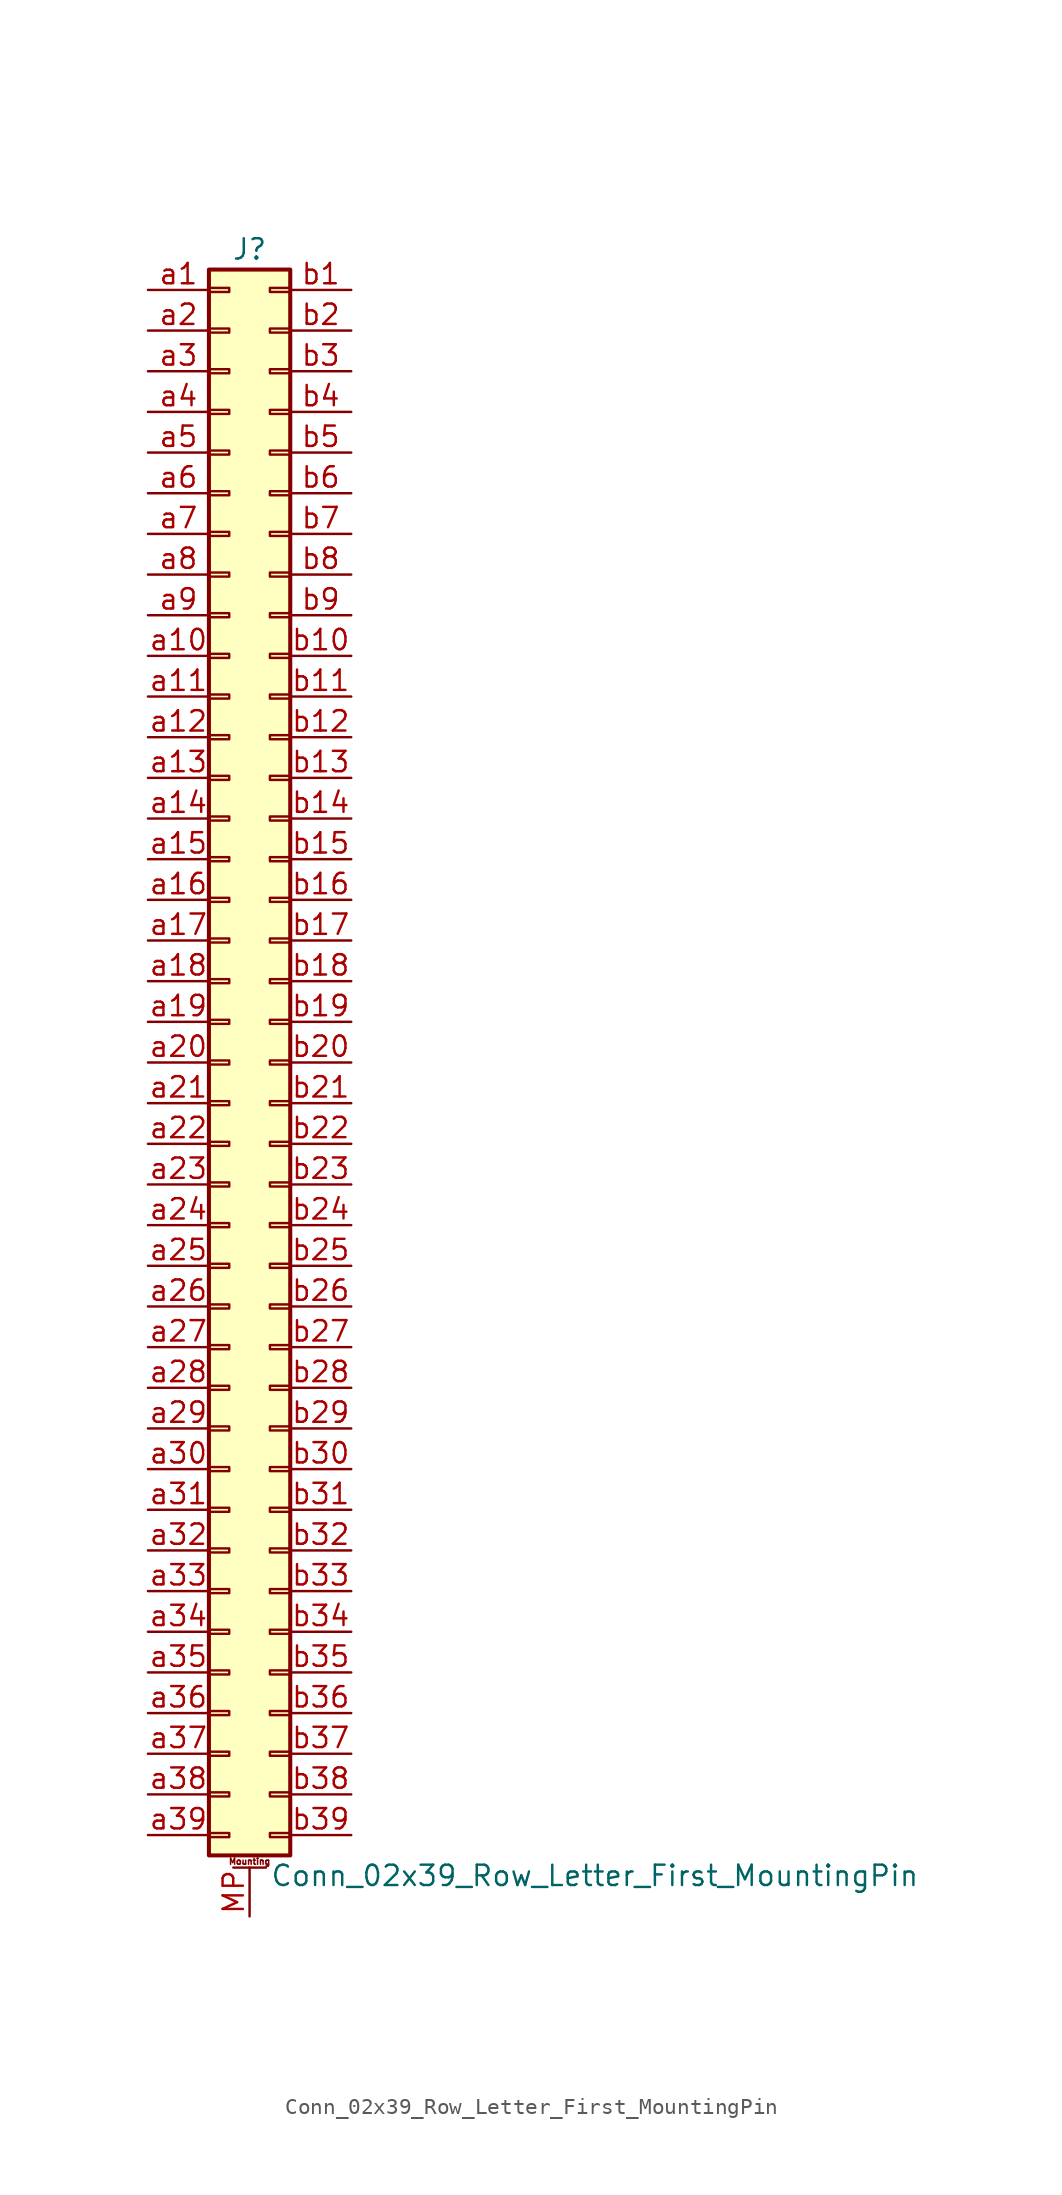
<source format=kicad_sym>
(kicad_symbol_lib
  (version 20220914)
  (generator kicad_symbol_editor)
  (symbol "Conn_02x39_Row_Letter_First_MountingPin"
    (pin_names
      (offset 1.016) hide)
    (property "Reference" "J"
      (at 1.27 50.8 0)
      (effects (font (size 1.27 1.27))))
    (property "Value" "Conn_02x39_Row_Letter_First_MountingPin"
      (at 2.54 -50.8 0)
      (effects (font (size 1.27 1.27)) (justify left)))
    (symbol "Conn_02x39_Row_Letter_First_MountingPin_1_1"
      (rectangle (start -1.27 -48.133) (end 0 -48.387) (stroke (width 0.152) (type default)) (fill (type none)))
      (rectangle (start -1.27 -45.593) (end 0 -45.847) (stroke (width 0.152) (type default)) (fill (type none)))
      (rectangle (start -1.27 -43.053) (end 0 -43.307) (stroke (width 0.152) (type default)) (fill (type none)))
      (rectangle (start -1.27 -40.513) (end 0 -40.767) (stroke (width 0.152) (type default)) (fill (type none)))
      (rectangle (start -1.27 -37.973) (end 0 -38.227) (stroke (width 0.152) (type default)) (fill (type none)))
      (rectangle (start -1.27 -35.433) (end 0 -35.687) (stroke (width 0.152) (type default)) (fill (type none)))
      (rectangle (start -1.27 -32.893) (end 0 -33.147) (stroke (width 0.152) (type default)) (fill (type none)))
      (rectangle (start -1.27 -30.353) (end 0 -30.607) (stroke (width 0.152) (type default)) (fill (type none)))
      (rectangle (start -1.27 -27.813) (end 0 -28.067) (stroke (width 0.152) (type default)) (fill (type none)))
      (rectangle (start -1.27 -25.273) (end 0 -25.527) (stroke (width 0.152) (type default)) (fill (type none)))
      (rectangle (start -1.27 -22.733) (end 0 -22.987) (stroke (width 0.152) (type default)) (fill (type none)))
      (rectangle (start -1.27 -20.193) (end 0 -20.447) (stroke (width 0.152) (type default)) (fill (type none)))
      (rectangle (start -1.27 -17.653) (end 0 -17.907) (stroke (width 0.152) (type default)) (fill (type none)))
      (rectangle (start -1.27 -15.113) (end 0 -15.367) (stroke (width 0.152) (type default)) (fill (type none)))
      (rectangle (start -1.27 -12.573) (end 0 -12.827) (stroke (width 0.152) (type default)) (fill (type none)))
      (rectangle (start -1.27 -10.033) (end 0 -10.287) (stroke (width 0.152) (type default)) (fill (type none)))
      (rectangle (start -1.27 -7.493) (end 0 -7.747) (stroke (width 0.152) (type default)) (fill (type none)))
      (rectangle (start -1.27 -4.953) (end 0 -5.207) (stroke (width 0.152) (type default)) (fill (type none)))
      (rectangle (start -1.27 -2.413) (end 0 -2.667) (stroke (width 0.152) (type default)) (fill (type none)))
      (rectangle (start -1.27 0.127) (end 0 -0.127) (stroke (width 0.152) (type default)) (fill (type none)))
      (rectangle (start -1.27 2.667) (end 0 2.413) (stroke (width 0.152) (type default)) (fill (type none)))
      (rectangle (start -1.27 5.207) (end 0 4.953) (stroke (width 0.152) (type default)) (fill (type none)))
      (rectangle (start -1.27 7.747) (end 0 7.493) (stroke (width 0.152) (type default)) (fill (type none)))
      (rectangle (start -1.27 10.287) (end 0 10.033) (stroke (width 0.152) (type default)) (fill (type none)))
      (rectangle (start -1.27 12.827) (end 0 12.573) (stroke (width 0.152) (type default)) (fill (type none)))
      (rectangle (start -1.27 15.367) (end 0 15.113) (stroke (width 0.152) (type default)) (fill (type none)))
      (rectangle (start -1.27 17.907) (end 0 17.653) (stroke (width 0.152) (type default)) (fill (type none)))
      (rectangle (start -1.27 20.447) (end 0 20.193) (stroke (width 0.152) (type default)) (fill (type none)))
      (rectangle (start -1.27 22.987) (end 0 22.733) (stroke (width 0.152) (type default)) (fill (type none)))
      (rectangle (start -1.27 25.527) (end 0 25.273) (stroke (width 0.152) (type default)) (fill (type none)))
      (rectangle (start -1.27 28.067) (end 0 27.813) (stroke (width 0.152) (type default)) (fill (type none)))
      (rectangle (start -1.27 30.607) (end 0 30.353) (stroke (width 0.152) (type default)) (fill (type none)))
      (rectangle (start -1.27 33.147) (end 0 32.893) (stroke (width 0.152) (type default)) (fill (type none)))
      (rectangle (start -1.27 35.687) (end 0 35.433) (stroke (width 0.152) (type default)) (fill (type none)))
      (rectangle (start -1.27 38.227) (end 0 37.973) (stroke (width 0.152) (type default)) (fill (type none)))
      (rectangle (start -1.27 40.767) (end 0 40.513) (stroke (width 0.152) (type default)) (fill (type none)))
      (rectangle (start -1.27 43.307) (end 0 43.053) (stroke (width 0.152) (type default)) (fill (type none)))
      (rectangle (start -1.27 45.847) (end 0 45.593) (stroke (width 0.152) (type default)) (fill (type none)))
      (rectangle (start -1.27 48.387) (end 0 48.133) (stroke (width 0.152) (type default)) (fill (type none)))
      (rectangle (start -1.27 49.53) (end 3.81 -49.53) (stroke (width 0.254) (type default)) (fill (type background)))
      (polyline (pts (xy 0.254 -50.292) (xy 2.286 -50.292)) (stroke (width 0.152) (type default)) (fill (type none)))
      (rectangle (start 3.81 -48.133) (end 2.54 -48.387) (stroke (width 0.152) (type default)) (fill (type none)))
      (rectangle (start 3.81 -45.593) (end 2.54 -45.847) (stroke (width 0.152) (type default)) (fill (type none)))
      (rectangle (start 3.81 -43.053) (end 2.54 -43.307) (stroke (width 0.152) (type default)) (fill (type none)))
      (rectangle (start 3.81 -40.513) (end 2.54 -40.767) (stroke (width 0.152) (type default)) (fill (type none)))
      (rectangle (start 3.81 -37.973) (end 2.54 -38.227) (stroke (width 0.152) (type default)) (fill (type none)))
      (rectangle (start 3.81 -35.433) (end 2.54 -35.687) (stroke (width 0.152) (type default)) (fill (type none)))
      (rectangle (start 3.81 -32.893) (end 2.54 -33.147) (stroke (width 0.152) (type default)) (fill (type none)))
      (rectangle (start 3.81 -30.353) (end 2.54 -30.607) (stroke (width 0.152) (type default)) (fill (type none)))
      (rectangle (start 3.81 -27.813) (end 2.54 -28.067) (stroke (width 0.152) (type default)) (fill (type none)))
      (rectangle (start 3.81 -25.273) (end 2.54 -25.527) (stroke (width 0.152) (type default)) (fill (type none)))
      (rectangle (start 3.81 -22.733) (end 2.54 -22.987) (stroke (width 0.152) (type default)) (fill (type none)))
      (rectangle (start 3.81 -20.193) (end 2.54 -20.447) (stroke (width 0.152) (type default)) (fill (type none)))
      (rectangle (start 3.81 -17.653) (end 2.54 -17.907) (stroke (width 0.152) (type default)) (fill (type none)))
      (rectangle (start 3.81 -15.113) (end 2.54 -15.367) (stroke (width 0.152) (type default)) (fill (type none)))
      (rectangle (start 3.81 -12.573) (end 2.54 -12.827) (stroke (width 0.152) (type default)) (fill (type none)))
      (rectangle (start 3.81 -10.033) (end 2.54 -10.287) (stroke (width 0.152) (type default)) (fill (type none)))
      (rectangle (start 3.81 -7.493) (end 2.54 -7.747) (stroke (width 0.152) (type default)) (fill (type none)))
      (rectangle (start 3.81 -4.953) (end 2.54 -5.207) (stroke (width 0.152) (type default)) (fill (type none)))
      (rectangle (start 3.81 -2.413) (end 2.54 -2.667) (stroke (width 0.152) (type default)) (fill (type none)))
      (rectangle (start 3.81 0.127) (end 2.54 -0.127) (stroke (width 0.152) (type default)) (fill (type none)))
      (rectangle (start 3.81 2.667) (end 2.54 2.413) (stroke (width 0.152) (type default)) (fill (type none)))
      (rectangle (start 3.81 5.207) (end 2.54 4.953) (stroke (width 0.152) (type default)) (fill (type none)))
      (rectangle (start 3.81 7.747) (end 2.54 7.493) (stroke (width 0.152) (type default)) (fill (type none)))
      (rectangle (start 3.81 10.287) (end 2.54 10.033) (stroke (width 0.152) (type default)) (fill (type none)))
      (rectangle (start 3.81 12.827) (end 2.54 12.573) (stroke (width 0.152) (type default)) (fill (type none)))
      (rectangle (start 3.81 15.367) (end 2.54 15.113) (stroke (width 0.152) (type default)) (fill (type none)))
      (rectangle (start 3.81 17.907) (end 2.54 17.653) (stroke (width 0.152) (type default)) (fill (type none)))
      (rectangle (start 3.81 20.447) (end 2.54 20.193) (stroke (width 0.152) (type default)) (fill (type none)))
      (rectangle (start 3.81 22.987) (end 2.54 22.733) (stroke (width 0.152) (type default)) (fill (type none)))
      (rectangle (start 3.81 25.527) (end 2.54 25.273) (stroke (width 0.152) (type default)) (fill (type none)))
      (rectangle (start 3.81 28.067) (end 2.54 27.813) (stroke (width 0.152) (type default)) (fill (type none)))
      (rectangle (start 3.81 30.607) (end 2.54 30.353) (stroke (width 0.152) (type default)) (fill (type none)))
      (rectangle (start 3.81 33.147) (end 2.54 32.893) (stroke (width 0.152) (type default)) (fill (type none)))
      (rectangle (start 3.81 35.687) (end 2.54 35.433) (stroke (width 0.152) (type default)) (fill (type none)))
      (rectangle (start 3.81 38.227) (end 2.54 37.973) (stroke (width 0.152) (type default)) (fill (type none)))
      (rectangle (start 3.81 40.767) (end 2.54 40.513) (stroke (width 0.152) (type default)) (fill (type none)))
      (rectangle (start 3.81 43.307) (end 2.54 43.053) (stroke (width 0.152) (type default)) (fill (type none)))
      (rectangle (start 3.81 45.847) (end 2.54 45.593) (stroke (width 0.152) (type default)) (fill (type none)))
      (rectangle (start 3.81 48.387) (end 2.54 48.133) (stroke (width 0.152) (type default)) (fill (type none)))
      (text "Mounting" (at 1.27 -49.911 0) (effects (font (size 0.381 0.381))))
      (pin passive line (at 1.27 -53.34 90) (length 3.048) (name "MountPin" (effects (font (size 1.27 1.27)))) (number "MP" (effects (font (size 1.27 1.27)))))
      (pin passive line (at -5.08 48.26 0) (length 3.81) (name "Pin_a1" (effects (font (size 1.27 1.27)))) (number "a1" (effects (font (size 1.27 1.27)))))
      (pin passive line (at -5.08 25.4 0) (length 3.81) (name "Pin_a10" (effects (font (size 1.27 1.27)))) (number "a10" (effects (font (size 1.27 1.27)))))
      (pin passive line (at -5.08 22.86 0) (length 3.81) (name "Pin_a11" (effects (font (size 1.27 1.27)))) (number "a11" (effects (font (size 1.27 1.27)))))
      (pin passive line (at -5.08 20.32 0) (length 3.81) (name "Pin_a12" (effects (font (size 1.27 1.27)))) (number "a12" (effects (font (size 1.27 1.27)))))
      (pin passive line (at -5.08 17.78 0) (length 3.81) (name "Pin_a13" (effects (font (size 1.27 1.27)))) (number "a13" (effects (font (size 1.27 1.27)))))
      (pin passive line (at -5.08 15.24 0) (length 3.81) (name "Pin_a14" (effects (font (size 1.27 1.27)))) (number "a14" (effects (font (size 1.27 1.27)))))
      (pin passive line (at -5.08 12.7 0) (length 3.81) (name "Pin_a15" (effects (font (size 1.27 1.27)))) (number "a15" (effects (font (size 1.27 1.27)))))
      (pin passive line (at -5.08 10.16 0) (length 3.81) (name "Pin_a16" (effects (font (size 1.27 1.27)))) (number "a16" (effects (font (size 1.27 1.27)))))
      (pin passive line (at -5.08 7.62 0) (length 3.81) (name "Pin_a17" (effects (font (size 1.27 1.27)))) (number "a17" (effects (font (size 1.27 1.27)))))
      (pin passive line (at -5.08 5.08 0) (length 3.81) (name "Pin_a18" (effects (font (size 1.27 1.27)))) (number "a18" (effects (font (size 1.27 1.27)))))
      (pin passive line (at -5.08 2.54 0) (length 3.81) (name "Pin_a19" (effects (font (size 1.27 1.27)))) (number "a19" (effects (font (size 1.27 1.27)))))
      (pin passive line (at -5.08 45.72 0) (length 3.81) (name "Pin_a2" (effects (font (size 1.27 1.27)))) (number "a2" (effects (font (size 1.27 1.27)))))
      (pin passive line (at -5.08 0 0) (length 3.81) (name "Pin_a20" (effects (font (size 1.27 1.27)))) (number "a20" (effects (font (size 1.27 1.27)))))
      (pin passive line (at -5.08 -2.54 0) (length 3.81) (name "Pin_a21" (effects (font (size 1.27 1.27)))) (number "a21" (effects (font (size 1.27 1.27)))))
      (pin passive line (at -5.08 -5.08 0) (length 3.81) (name "Pin_a22" (effects (font (size 1.27 1.27)))) (number "a22" (effects (font (size 1.27 1.27)))))
      (pin passive line (at -5.08 -7.62 0) (length 3.81) (name "Pin_a23" (effects (font (size 1.27 1.27)))) (number "a23" (effects (font (size 1.27 1.27)))))
      (pin passive line (at -5.08 -10.16 0) (length 3.81) (name "Pin_a24" (effects (font (size 1.27 1.27)))) (number "a24" (effects (font (size 1.27 1.27)))))
      (pin passive line (at -5.08 -12.7 0) (length 3.81) (name "Pin_a25" (effects (font (size 1.27 1.27)))) (number "a25" (effects (font (size 1.27 1.27)))))
      (pin passive line (at -5.08 -15.24 0) (length 3.81) (name "Pin_a26" (effects (font (size 1.27 1.27)))) (number "a26" (effects (font (size 1.27 1.27)))))
      (pin passive line (at -5.08 -17.78 0) (length 3.81) (name "Pin_a27" (effects (font (size 1.27 1.27)))) (number "a27" (effects (font (size 1.27 1.27)))))
      (pin passive line (at -5.08 -20.32 0) (length 3.81) (name "Pin_a28" (effects (font (size 1.27 1.27)))) (number "a28" (effects (font (size 1.27 1.27)))))
      (pin passive line (at -5.08 -22.86 0) (length 3.81) (name "Pin_a29" (effects (font (size 1.27 1.27)))) (number "a29" (effects (font (size 1.27 1.27)))))
      (pin passive line (at -5.08 43.18 0) (length 3.81) (name "Pin_a3" (effects (font (size 1.27 1.27)))) (number "a3" (effects (font (size 1.27 1.27)))))
      (pin passive line (at -5.08 -25.4 0) (length 3.81) (name "Pin_a30" (effects (font (size 1.27 1.27)))) (number "a30" (effects (font (size 1.27 1.27)))))
      (pin passive line (at -5.08 -27.94 0) (length 3.81) (name "Pin_a31" (effects (font (size 1.27 1.27)))) (number "a31" (effects (font (size 1.27 1.27)))))
      (pin passive line (at -5.08 -30.48 0) (length 3.81) (name "Pin_a32" (effects (font (size 1.27 1.27)))) (number "a32" (effects (font (size 1.27 1.27)))))
      (pin passive line (at -5.08 -33.02 0) (length 3.81) (name "Pin_a33" (effects (font (size 1.27 1.27)))) (number "a33" (effects (font (size 1.27 1.27)))))
      (pin passive line (at -5.08 -35.56 0) (length 3.81) (name "Pin_a34" (effects (font (size 1.27 1.27)))) (number "a34" (effects (font (size 1.27 1.27)))))
      (pin passive line (at -5.08 -38.1 0) (length 3.81) (name "Pin_a35" (effects (font (size 1.27 1.27)))) (number "a35" (effects (font (size 1.27 1.27)))))
      (pin passive line (at -5.08 -40.64 0) (length 3.81) (name "Pin_a36" (effects (font (size 1.27 1.27)))) (number "a36" (effects (font (size 1.27 1.27)))))
      (pin passive line (at -5.08 -43.18 0) (length 3.81) (name "Pin_a37" (effects (font (size 1.27 1.27)))) (number "a37" (effects (font (size 1.27 1.27)))))
      (pin passive line (at -5.08 -45.72 0) (length 3.81) (name "Pin_a38" (effects (font (size 1.27 1.27)))) (number "a38" (effects (font (size 1.27 1.27)))))
      (pin passive line (at -5.08 -48.26 0) (length 3.81) (name "Pin_a39" (effects (font (size 1.27 1.27)))) (number "a39" (effects (font (size 1.27 1.27)))))
      (pin passive line (at -5.08 40.64 0) (length 3.81) (name "Pin_a4" (effects (font (size 1.27 1.27)))) (number "a4" (effects (font (size 1.27 1.27)))))
      (pin passive line (at -5.08 38.1 0) (length 3.81) (name "Pin_a5" (effects (font (size 1.27 1.27)))) (number "a5" (effects (font (size 1.27 1.27)))))
      (pin passive line (at -5.08 35.56 0) (length 3.81) (name "Pin_a6" (effects (font (size 1.27 1.27)))) (number "a6" (effects (font (size 1.27 1.27)))))
      (pin passive line (at -5.08 33.02 0) (length 3.81) (name "Pin_a7" (effects (font (size 1.27 1.27)))) (number "a7" (effects (font (size 1.27 1.27)))))
      (pin passive line (at -5.08 30.48 0) (length 3.81) (name "Pin_a8" (effects (font (size 1.27 1.27)))) (number "a8" (effects (font (size 1.27 1.27)))))
      (pin passive line (at -5.08 27.94 0) (length 3.81) (name "Pin_a9" (effects (font (size 1.27 1.27)))) (number "a9" (effects (font (size 1.27 1.27)))))
      (pin passive line (at 7.62 48.26 180) (length 3.81) (name "Pin_b1" (effects (font (size 1.27 1.27)))) (number "b1" (effects (font (size 1.27 1.27)))))
      (pin passive line (at 7.62 25.4 180) (length 3.81) (name "Pin_b10" (effects (font (size 1.27 1.27)))) (number "b10" (effects (font (size 1.27 1.27)))))
      (pin passive line (at 7.62 22.86 180) (length 3.81) (name "Pin_b11" (effects (font (size 1.27 1.27)))) (number "b11" (effects (font (size 1.27 1.27)))))
      (pin passive line (at 7.62 20.32 180) (length 3.81) (name "Pin_b12" (effects (font (size 1.27 1.27)))) (number "b12" (effects (font (size 1.27 1.27)))))
      (pin passive line (at 7.62 17.78 180) (length 3.81) (name "Pin_b13" (effects (font (size 1.27 1.27)))) (number "b13" (effects (font (size 1.27 1.27)))))
      (pin passive line (at 7.62 15.24 180) (length 3.81) (name "Pin_b14" (effects (font (size 1.27 1.27)))) (number "b14" (effects (font (size 1.27 1.27)))))
      (pin passive line (at 7.62 12.7 180) (length 3.81) (name "Pin_b15" (effects (font (size 1.27 1.27)))) (number "b15" (effects (font (size 1.27 1.27)))))
      (pin passive line (at 7.62 10.16 180) (length 3.81) (name "Pin_b16" (effects (font (size 1.27 1.27)))) (number "b16" (effects (font (size 1.27 1.27)))))
      (pin passive line (at 7.62 7.62 180) (length 3.81) (name "Pin_b17" (effects (font (size 1.27 1.27)))) (number "b17" (effects (font (size 1.27 1.27)))))
      (pin passive line (at 7.62 5.08 180) (length 3.81) (name "Pin_b18" (effects (font (size 1.27 1.27)))) (number "b18" (effects (font (size 1.27 1.27)))))
      (pin passive line (at 7.62 2.54 180) (length 3.81) (name "Pin_b19" (effects (font (size 1.27 1.27)))) (number "b19" (effects (font (size 1.27 1.27)))))
      (pin passive line (at 7.62 45.72 180) (length 3.81) (name "Pin_b2" (effects (font (size 1.27 1.27)))) (number "b2" (effects (font (size 1.27 1.27)))))
      (pin passive line (at 7.62 0 180) (length 3.81) (name "Pin_b20" (effects (font (size 1.27 1.27)))) (number "b20" (effects (font (size 1.27 1.27)))))
      (pin passive line (at 7.62 -2.54 180) (length 3.81) (name "Pin_b21" (effects (font (size 1.27 1.27)))) (number "b21" (effects (font (size 1.27 1.27)))))
      (pin passive line (at 7.62 -5.08 180) (length 3.81) (name "Pin_b22" (effects (font (size 1.27 1.27)))) (number "b22" (effects (font (size 1.27 1.27)))))
      (pin passive line (at 7.62 -7.62 180) (length 3.81) (name "Pin_b23" (effects (font (size 1.27 1.27)))) (number "b23" (effects (font (size 1.27 1.27)))))
      (pin passive line (at 7.62 -10.16 180) (length 3.81) (name "Pin_b24" (effects (font (size 1.27 1.27)))) (number "b24" (effects (font (size 1.27 1.27)))))
      (pin passive line (at 7.62 -12.7 180) (length 3.81) (name "Pin_b25" (effects (font (size 1.27 1.27)))) (number "b25" (effects (font (size 1.27 1.27)))))
      (pin passive line (at 7.62 -15.24 180) (length 3.81) (name "Pin_b26" (effects (font (size 1.27 1.27)))) (number "b26" (effects (font (size 1.27 1.27)))))
      (pin passive line (at 7.62 -17.78 180) (length 3.81) (name "Pin_b27" (effects (font (size 1.27 1.27)))) (number "b27" (effects (font (size 1.27 1.27)))))
      (pin passive line (at 7.62 -20.32 180) (length 3.81) (name "Pin_b28" (effects (font (size 1.27 1.27)))) (number "b28" (effects (font (size 1.27 1.27)))))
      (pin passive line (at 7.62 -22.86 180) (length 3.81) (name "Pin_b29" (effects (font (size 1.27 1.27)))) (number "b29" (effects (font (size 1.27 1.27)))))
      (pin passive line (at 7.62 43.18 180) (length 3.81) (name "Pin_b3" (effects (font (size 1.27 1.27)))) (number "b3" (effects (font (size 1.27 1.27)))))
      (pin passive line (at 7.62 -25.4 180) (length 3.81) (name "Pin_b30" (effects (font (size 1.27 1.27)))) (number "b30" (effects (font (size 1.27 1.27)))))
      (pin passive line (at 7.62 -27.94 180) (length 3.81) (name "Pin_b31" (effects (font (size 1.27 1.27)))) (number "b31" (effects (font (size 1.27 1.27)))))
      (pin passive line (at 7.62 -30.48 180) (length 3.81) (name "Pin_b32" (effects (font (size 1.27 1.27)))) (number "b32" (effects (font (size 1.27 1.27)))))
      (pin passive line (at 7.62 -33.02 180) (length 3.81) (name "Pin_b33" (effects (font (size 1.27 1.27)))) (number "b33" (effects (font (size 1.27 1.27)))))
      (pin passive line (at 7.62 -35.56 180) (length 3.81) (name "Pin_b34" (effects (font (size 1.27 1.27)))) (number "b34" (effects (font (size 1.27 1.27)))))
      (pin passive line (at 7.62 -38.1 180) (length 3.81) (name "Pin_b35" (effects (font (size 1.27 1.27)))) (number "b35" (effects (font (size 1.27 1.27)))))
      (pin passive line (at 7.62 -40.64 180) (length 3.81) (name "Pin_b36" (effects (font (size 1.27 1.27)))) (number "b36" (effects (font (size 1.27 1.27)))))
      (pin passive line (at 7.62 -43.18 180) (length 3.81) (name "Pin_b37" (effects (font (size 1.27 1.27)))) (number "b37" (effects (font (size 1.27 1.27)))))
      (pin passive line (at 7.62 -45.72 180) (length 3.81) (name "Pin_b38" (effects (font (size 1.27 1.27)))) (number "b38" (effects (font (size 1.27 1.27)))))
      (pin passive line (at 7.62 -48.26 180) (length 3.81) (name "Pin_b39" (effects (font (size 1.27 1.27)))) (number "b39" (effects (font (size 1.27 1.27)))))
      (pin passive line (at 7.62 40.64 180) (length 3.81) (name "Pin_b4" (effects (font (size 1.27 1.27)))) (number "b4" (effects (font (size 1.27 1.27)))))
      (pin passive line (at 7.62 38.1 180) (length 3.81) (name "Pin_b5" (effects (font (size 1.27 1.27)))) (number "b5" (effects (font (size 1.27 1.27)))))
      (pin passive line (at 7.62 35.56 180) (length 3.81) (name "Pin_b6" (effects (font (size 1.27 1.27)))) (number "b6" (effects (font (size 1.27 1.27)))))
      (pin passive line (at 7.62 33.02 180) (length 3.81) (name "Pin_b7" (effects (font (size 1.27 1.27)))) (number "b7" (effects (font (size 1.27 1.27)))))
      (pin passive line (at 7.62 30.48 180) (length 3.81) (name "Pin_b8" (effects (font (size 1.27 1.27)))) (number "b8" (effects (font (size 1.27 1.27)))))
      (pin passive line (at 7.62 27.94 180) (length 3.81) (name "Pin_b9" (effects (font (size 1.27 1.27)))) (number "b9" (effects (font (size 1.27 1.27))))))))
</source>
